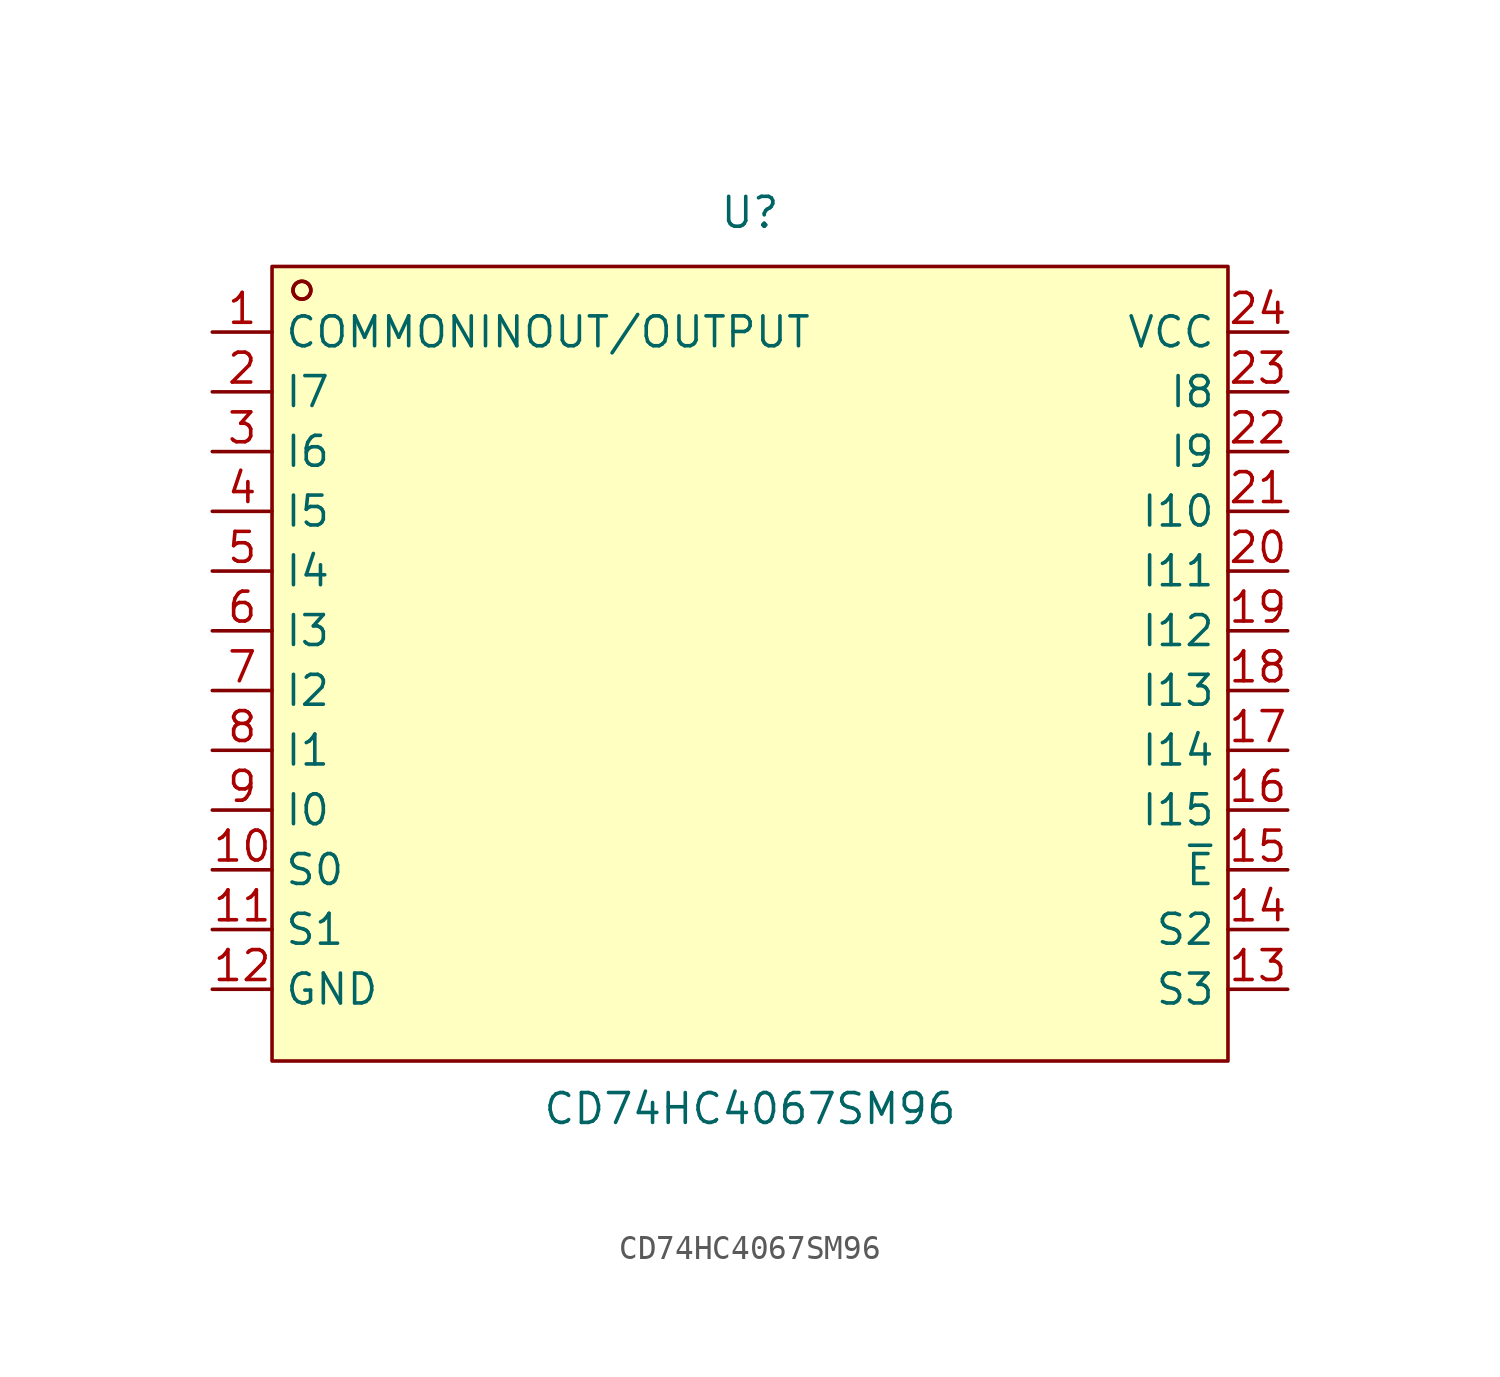
<source format=kicad_sym>
(kicad_symbol_lib
  (version 20211014)
  (generator https://github.com/uPesy/easyeda2kicad.py)
  (symbol "CD74HC4067SM96"
    (property "Reference" "U"
      (at 0 19.05 0)
      (effects (font (size 1.27 1.27))))
    (property "Value" "CD74HC4067SM96"
      (at 0 -19.05 0)
      (effects (font (size 1.27 1.27))))
    (symbol "CD74HC4067SM96_0_1"
      (rectangle (start -20.32 16.76) (end 20.32 -17.02) (stroke (width 0) (type default) (color 0 0 0 0)) (fill (type background)))
      (circle (center -19.05 15.75) (radius 0.38) (stroke (width 0) (type default) (color 0 0 0 0)) (fill (type none)))
      (circle (center -19.05 15.75) (radius 0.38) (stroke (width 0) (type default) (color 0 0 0 0)) (fill (type none)))
      (pin unspecified line (at -22.86 13.97 0) (length 2.54) (name "COMMONINOUT/OUTPUT" (effects (font (size 1.27 1.27)))) (number "1" (effects (font (size 1.27 1.27)))))
      (pin unspecified line (at -22.86 11.43 0) (length 2.54) (name "I7" (effects (font (size 1.27 1.27)))) (number "2" (effects (font (size 1.27 1.27)))))
      (pin unspecified line (at -22.86 8.89 0) (length 2.54) (name "I6" (effects (font (size 1.27 1.27)))) (number "3" (effects (font (size 1.27 1.27)))))
      (pin unspecified line (at -22.86 6.35 0) (length 2.54) (name "I5" (effects (font (size 1.27 1.27)))) (number "4" (effects (font (size 1.27 1.27)))))
      (pin unspecified line (at -22.86 3.81 0) (length 2.54) (name "I4" (effects (font (size 1.27 1.27)))) (number "5" (effects (font (size 1.27 1.27)))))
      (pin unspecified line (at -22.86 1.27 0) (length 2.54) (name "I3" (effects (font (size 1.27 1.27)))) (number "6" (effects (font (size 1.27 1.27)))))
      (pin unspecified line (at -22.86 -1.27 0) (length 2.54) (name "I2" (effects (font (size 1.27 1.27)))) (number "7" (effects (font (size 1.27 1.27)))))
      (pin unspecified line (at -22.86 -3.81 0) (length 2.54) (name "I1" (effects (font (size 1.27 1.27)))) (number "8" (effects (font (size 1.27 1.27)))))
      (pin unspecified line (at -22.86 -6.35 0) (length 2.54) (name "I0" (effects (font (size 1.27 1.27)))) (number "9" (effects (font (size 1.27 1.27)))))
      (pin unspecified line (at -22.86 -8.89 0) (length 2.54) (name "S0" (effects (font (size 1.27 1.27)))) (number "10" (effects (font (size 1.27 1.27)))))
      (pin unspecified line (at -22.86 -11.43 0) (length 2.54) (name "S1" (effects (font (size 1.27 1.27)))) (number "11" (effects (font (size 1.27 1.27)))))
      (pin unspecified line (at -22.86 -13.97 0) (length 2.54) (name "GND" (effects (font (size 1.27 1.27)))) (number "12" (effects (font (size 1.27 1.27)))))
      (pin unspecified line (at 22.86 -13.97 180) (length 2.54) (name "S3" (effects (font (size 1.27 1.27)))) (number "13" (effects (font (size 1.27 1.27)))))
      (pin unspecified line (at 22.86 -11.43 180) (length 2.54) (name "S2" (effects (font (size 1.27 1.27)))) (number "14" (effects (font (size 1.27 1.27)))))
      (pin unspecified line (at 22.86 -8.89 180) (length 2.54) (name "~{E}" (effects (font (size 1.27 1.27)))) (number "15" (effects (font (size 1.27 1.27)))))
      (pin unspecified line (at 22.86 -6.35 180) (length 2.54) (name "I15" (effects (font (size 1.27 1.27)))) (number "16" (effects (font (size 1.27 1.27)))))
      (pin unspecified line (at 22.86 -3.81 180) (length 2.54) (name "I14" (effects (font (size 1.27 1.27)))) (number "17" (effects (font (size 1.27 1.27)))))
      (pin unspecified line (at 22.86 -1.27 180) (length 2.54) (name "I13" (effects (font (size 1.27 1.27)))) (number "18" (effects (font (size 1.27 1.27)))))
      (pin unspecified line (at 22.86 1.27 180) (length 2.54) (name "I12" (effects (font (size 1.27 1.27)))) (number "19" (effects (font (size 1.27 1.27)))))
      (pin unspecified line (at 22.86 3.81 180) (length 2.54) (name "I11" (effects (font (size 1.27 1.27)))) (number "20" (effects (font (size 1.27 1.27)))))
      (pin unspecified line (at 22.86 6.35 180) (length 2.54) (name "I10" (effects (font (size 1.27 1.27)))) (number "21" (effects (font (size 1.27 1.27)))))
      (pin unspecified line (at 22.86 8.89 180) (length 2.54) (name "I9" (effects (font (size 1.27 1.27)))) (number "22" (effects (font (size 1.27 1.27)))))
      (pin unspecified line (at 22.86 11.43 180) (length 2.54) (name "I8" (effects (font (size 1.27 1.27)))) (number "23" (effects (font (size 1.27 1.27)))))
      (pin unspecified line (at 22.86 13.97 180) (length 2.54) (name "VCC" (effects (font (size 1.27 1.27)))) (number "24" (effects (font (size 1.27 1.27))))))))
</source>
